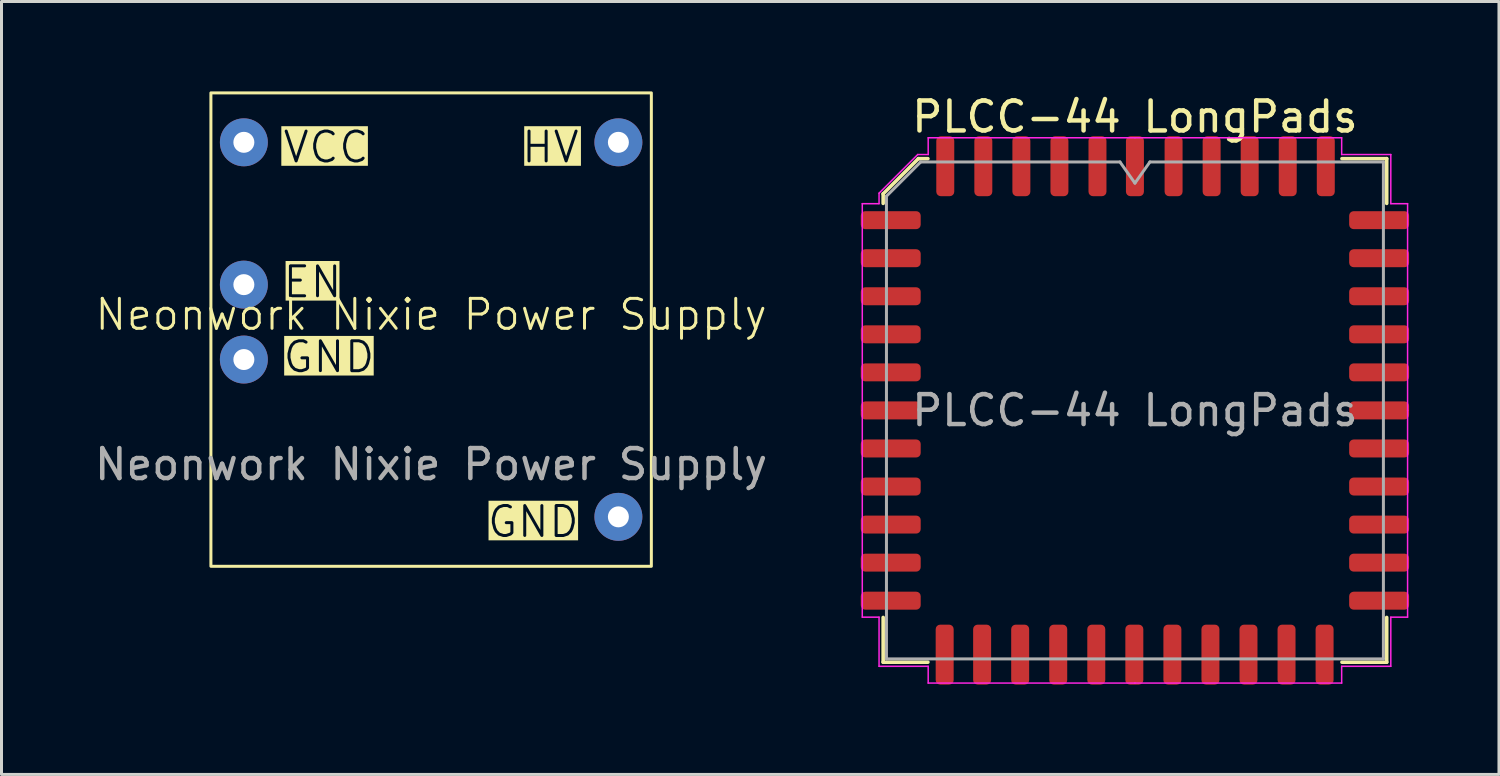
<source format=kicad_pcb>
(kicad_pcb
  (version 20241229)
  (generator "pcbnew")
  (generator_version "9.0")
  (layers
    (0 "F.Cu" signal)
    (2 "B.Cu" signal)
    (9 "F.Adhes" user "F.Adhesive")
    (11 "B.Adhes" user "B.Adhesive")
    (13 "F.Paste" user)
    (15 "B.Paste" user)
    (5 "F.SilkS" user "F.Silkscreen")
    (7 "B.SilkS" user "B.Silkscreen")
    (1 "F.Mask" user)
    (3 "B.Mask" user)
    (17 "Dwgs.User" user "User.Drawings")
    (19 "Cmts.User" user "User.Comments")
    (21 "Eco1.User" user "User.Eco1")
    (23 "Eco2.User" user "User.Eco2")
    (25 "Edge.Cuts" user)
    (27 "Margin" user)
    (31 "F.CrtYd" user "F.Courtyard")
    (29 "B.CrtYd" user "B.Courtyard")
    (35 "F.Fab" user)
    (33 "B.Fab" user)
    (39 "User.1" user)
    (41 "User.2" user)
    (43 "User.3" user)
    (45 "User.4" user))
  (footprint "Neonwork Nixie Power Supply"
    (layer "F.Cu")
    (at 11.339 7.95)
    (property "Reference" "Neonwork Nixie Power Supply" (at 0 -0.5 0) (unlocked yes) (layer "F.SilkS") (effects (font (size 1 1) (thickness 0.1))))
    (attr through_hole)
    (fp_rect (start -7.35 -7.9) (end 7.35 7.9) (stroke (width 0.1) (type solid)) (fill no) (layer "F.SilkS"))
    (fp_text user "EN" (at -5 -1 0) (unlocked yes) (layer "F.SilkS" knockout) (effects (font (size 1 1) (thickness 0.1)) (justify left bottom)))
    (fp_text user "GND" (at 5 7 0) (unlocked yes) (layer "F.SilkS" knockout) (effects (font (size 1 1) (thickness 0.1)) (justify right bottom)))
    (fp_text user "GND" (at -5 1.5 0) (unlocked yes) (layer "F.SilkS" knockout) (effects (font (size 1 1) (thickness 0.1)) (justify left bottom)))
    (fp_text user "HV" (at 5 -5.5 0) (unlocked yes) (layer "F.SilkS" knockout) (effects (font (size 1 1) (thickness 0.1)) (justify right bottom)))
    (fp_text user "VCC" (at -5 -5.5 0) (unlocked yes) (layer "F.SilkS" knockout) (effects (font (size 1 1) (thickness 0.1)) (justify left bottom)))
    (fp_text user "${REFERENCE}" (at 0 4.5 0) (unlocked yes) (layer "F.Fab") (effects (font (size 1 1) (thickness 0.15))))
    (pad "1" thru_hole circle (at -6.25 -6.25) (size 1.6 1.6) (drill 0.7) (layers "*.Cu" "*.Mask"))
    (pad "2" thru_hole circle (at -6.25 -1.5) (size 1.6 1.6) (drill 0.7) (layers "*.Cu" "*.Mask"))
    (pad "3" thru_hole circle (at -6.25 1) (size 1.6 1.6) (drill 0.7) (layers "*.Cu" "*.Mask"))
    (pad "4" thru_hole circle (at 6.25 -6.25) (size 1.6 1.6) (drill 0.7) (layers "*.Cu" "*.Mask"))
    (pad "5" thru_hole circle (at 6.25 6.25) (size 1.6 1.6) (drill 0.7) (layers "*.Cu" "*.Mask")))
  (footprint "PLCC-44 LongPads"
    (layer "F.Cu")
    (at 34.829 10.648)
    (property "Reference" "PLCC-44 LongPads" (at 0 -9.8 0) (layer "F.SilkS") (effects (font (size 1 1) (thickness 0.15))))
    (attr smd)
    (fp_line (start -8.403 -7.228) (end -8.403 -6.91) (stroke (width 0.12) (type solid)) (layer "F.SilkS"))
    (fp_line (start -8.403 8.403) (end -8.403 6.91) (stroke (width 0.12) (type solid)) (layer "F.SilkS"))
    (fp_line (start -7.228 -8.403) (end -8.403 -7.228) (stroke (width 0.12) (type solid)) (layer "F.SilkS"))
    (fp_line (start -6.91 -8.403) (end -7.228 -8.403) (stroke (width 0.12) (type solid)) (layer "F.SilkS"))
    (fp_line (start -6.91 8.403) (end -8.403 8.403) (stroke (width 0.12) (type solid)) (layer "F.SilkS"))
    (fp_line (start 6.91 -8.403) (end 8.403 -8.403) (stroke (width 0.12) (type solid)) (layer "F.SilkS"))
    (fp_line (start 6.91 8.403) (end 8.403 8.403) (stroke (width 0.12) (type solid)) (layer "F.SilkS"))
    (fp_line (start 8.403 -8.403) (end 8.403 -6.91) (stroke (width 0.12) (type solid)) (layer "F.SilkS"))
    (fp_line (start 8.403 8.403) (end 8.403 6.91) (stroke (width 0.12) (type solid)) (layer "F.SilkS"))
    (fp_line (start -9.1 -6.9) (end -9.1 0) (stroke (width 0.05) (type solid)) (layer "F.CrtYd"))
    (fp_line (start -9.1 6.9) (end -9.1 0) (stroke (width 0.05) (type solid)) (layer "F.CrtYd"))
    (fp_line (start -8.54 -7.25) (end -8.54 -6.9) (stroke (width 0.05) (type solid)) (layer "F.CrtYd"))
    (fp_line (start -8.54 -6.9) (end -9.1 -6.9) (stroke (width 0.05) (type solid)) (layer "F.CrtYd"))
    (fp_line (start -8.54 6.9) (end -9.1 6.9) (stroke (width 0.05) (type solid)) (layer "F.CrtYd"))
    (fp_line (start -8.54 8.54) (end -8.54 6.9) (stroke (width 0.05) (type solid)) (layer "F.CrtYd"))
    (fp_line (start -7.25 -8.54) (end -8.54 -7.25) (stroke (width 0.05) (type solid)) (layer "F.CrtYd"))
    (fp_line (start -6.9 -9.1) (end -6.9 -8.54) (stroke (width 0.05) (type solid)) (layer "F.CrtYd"))
    (fp_line (start -6.9 -8.54) (end -7.25 -8.54) (stroke (width 0.05) (type solid)) (layer "F.CrtYd"))
    (fp_line (start -6.9 8.54) (end -8.54 8.54) (stroke (width 0.05) (type solid)) (layer "F.CrtYd"))
    (fp_line (start -6.9 9.1) (end -6.9 8.54) (stroke (width 0.05) (type solid)) (layer "F.CrtYd"))
    (fp_line (start 0 -9.1) (end -6.9 -9.1) (stroke (width 0.05) (type solid)) (layer "F.CrtYd"))
    (fp_line (start 0 -9.1) (end 6.9 -9.1) (stroke (width 0.05) (type solid)) (layer "F.CrtYd"))
    (fp_line (start 0 9.1) (end -6.9 9.1) (stroke (width 0.05) (type solid)) (layer "F.CrtYd"))
    (fp_line (start 0 9.1) (end 6.9 9.1) (stroke (width 0.05) (type solid)) (layer "F.CrtYd"))
    (fp_line (start 6.9 -9.1) (end 6.9 -8.54) (stroke (width 0.05) (type solid)) (layer "F.CrtYd"))
    (fp_line (start 6.9 -8.54) (end 8.54 -8.54) (stroke (width 0.05) (type solid)) (layer "F.CrtYd"))
    (fp_line (start 6.9 8.54) (end 8.54 8.54) (stroke (width 0.05) (type solid)) (layer "F.CrtYd"))
    (fp_line (start 6.9 9.1) (end 6.9 8.54) (stroke (width 0.05) (type solid)) (layer "F.CrtYd"))
    (fp_line (start 8.54 -8.54) (end 8.54 -6.9) (stroke (width 0.05) (type solid)) (layer "F.CrtYd"))
    (fp_line (start 8.54 -6.9) (end 9.1 -6.9) (stroke (width 0.05) (type solid)) (layer "F.CrtYd"))
    (fp_line (start 8.54 6.9) (end 9.1 6.9) (stroke (width 0.05) (type solid)) (layer "F.CrtYd"))
    (fp_line (start 8.54 8.54) (end 8.54 6.9) (stroke (width 0.05) (type solid)) (layer "F.CrtYd"))
    (fp_line (start 9.1 -6.9) (end 9.1 0) (stroke (width 0.05) (type solid)) (layer "F.CrtYd"))
    (fp_line (start 9.1 6.9) (end 9.1 0) (stroke (width 0.05) (type solid)) (layer "F.CrtYd"))
    (fp_line (start -8.293 -7.15) (end -7.15 -8.293) (stroke (width 0.1) (type solid)) (layer "F.Fab"))
    (fp_line (start -8.293 8.293) (end -8.293 -7.15) (stroke (width 0.1) (type solid)) (layer "F.Fab"))
    (fp_line (start -7.15 -8.293) (end -0.5 -8.293) (stroke (width 0.1) (type solid)) (layer "F.Fab"))
    (fp_line (start -0.5 -8.293) (end 0 -7.586) (stroke (width 0.1) (type solid)) (layer "F.Fab"))
    (fp_line (start 0 -7.586) (end 0.5 -8.293) (stroke (width 0.1) (type solid)) (layer "F.Fab"))
    (fp_line (start 0.5 -8.293) (end 8.293 -8.293) (stroke (width 0.1) (type solid)) (layer "F.Fab"))
    (fp_line (start 8.293 -8.293) (end 8.293 8.293) (stroke (width 0.1) (type solid)) (layer "F.Fab"))
    (fp_line (start 8.293 8.293) (end -8.293 8.293) (stroke (width 0.1) (type solid)) (layer "F.Fab"))
    (fp_text user "${REFERENCE}" (at 0 0 0) (layer "F.Fab") (effects (font (size 1 1) (thickness 0.15))))
    (pad "1" smd roundrect (at 0 -8.15) (size 0.6 2) (layers "F.Cu" "F.Mask" "F.Paste") (roundrect_rratio 0.25))
    (pad "2" smd roundrect (at -1.25 -8.15) (size 0.6 2) (layers "F.Cu" "F.Mask" "F.Paste") (roundrect_rratio 0.25))
    (pad "3" smd roundrect (at -2.52 -8.15) (size 0.6 2) (layers "F.Cu" "F.Mask" "F.Paste") (roundrect_rratio 0.25))
    (pad "4" smd roundrect (at -3.79 -8.15) (size 0.6 2) (layers "F.Cu" "F.Mask" "F.Paste") (roundrect_rratio 0.25))
    (pad "5" smd roundrect (at -5.06 -8.15) (size 0.6 2) (layers "F.Cu" "F.Mask" "F.Paste") (roundrect_rratio 0.25))
    (pad "6" smd roundrect (at -6.33 -8.15) (size 0.6 2) (layers "F.Cu" "F.Mask" "F.Paste") (roundrect_rratio 0.25))
    (pad "7" smd roundrect (at -8.15 -6.35) (size 2 0.6) (layers "F.Cu" "F.Mask" "F.Paste") (roundrect_rratio 0.25))
    (pad "8" smd roundrect (at -8.15 -5.08) (size 2 0.6) (layers "F.Cu" "F.Mask" "F.Paste") (roundrect_rratio 0.25))
    (pad "9" smd roundrect (at -8.15 -3.81) (size 2 0.6) (layers "F.Cu" "F.Mask" "F.Paste") (roundrect_rratio 0.25))
    (pad "10" smd roundrect (at -8.15 -2.54) (size 2 0.6) (layers "F.Cu" "F.Mask" "F.Paste") (roundrect_rratio 0.25))
    (pad "11" smd roundrect (at -8.15 -1.27) (size 2 0.6) (layers "F.Cu" "F.Mask" "F.Paste") (roundrect_rratio 0.25))
    (pad "12" smd roundrect (at -8.15 0) (size 2 0.6) (layers "F.Cu" "F.Mask" "F.Paste") (roundrect_rratio 0.25))
    (pad "13" smd roundrect (at -8.15 1.27) (size 2 0.6) (layers "F.Cu" "F.Mask" "F.Paste") (roundrect_rratio 0.25))
    (pad "14" smd roundrect (at -8.15 2.54) (size 2 0.6) (layers "F.Cu" "F.Mask" "F.Paste") (roundrect_rratio 0.25))
    (pad "15" smd roundrect (at -8.15 3.81) (size 2 0.6) (layers "F.Cu" "F.Mask" "F.Paste") (roundrect_rratio 0.25))
    (pad "16" smd roundrect (at -8.15 5.08) (size 2 0.6) (layers "F.Cu" "F.Mask" "F.Paste") (roundrect_rratio 0.25))
    (pad "17" smd roundrect (at -8.15 6.35) (size 2 0.6) (layers "F.Cu" "F.Mask" "F.Paste") (roundrect_rratio 0.25))
    (pad "18" smd roundrect (at -6.35 8.15) (size 0.6 2) (layers "F.Cu" "F.Mask" "F.Paste") (roundrect_rratio 0.25))
    (pad "19" smd roundrect (at -5.1 8.15) (size 0.6 2) (layers "F.Cu" "F.Mask" "F.Paste") (roundrect_rratio 0.25))
    (pad "20" smd roundrect (at -3.83 8.15) (size 0.6 2) (layers "F.Cu" "F.Mask" "F.Paste") (roundrect_rratio 0.25))
    (pad "21" smd roundrect (at -2.56 8.15) (size 0.6 2) (layers "F.Cu" "F.Mask" "F.Paste") (roundrect_rratio 0.25))
    (pad "22" smd roundrect (at -1.29 8.15) (size 0.6 2) (layers "F.Cu" "F.Mask" "F.Paste") (roundrect_rratio 0.25))
    (pad "23" smd roundrect (at -0.02 8.15) (size 0.6 2) (layers "F.Cu" "F.Mask" "F.Paste") (roundrect_rratio 0.25))
    (pad "24" smd roundrect (at 1.25 8.15) (size 0.6 2) (layers "F.Cu" "F.Mask" "F.Paste") (roundrect_rratio 0.25))
    (pad "25" smd roundrect (at 2.52 8.15) (size 0.6 2) (layers "F.Cu" "F.Mask" "F.Paste") (roundrect_rratio 0.25))
    (pad "26" smd roundrect (at 3.79 8.15) (size 0.6 2) (layers "F.Cu" "F.Mask" "F.Paste") (roundrect_rratio 0.25))
    (pad "27" smd roundrect (at 5.06 8.15) (size 0.6 2) (layers "F.Cu" "F.Mask" "F.Paste") (roundrect_rratio 0.25))
    (pad "28" smd roundrect (at 6.33 8.15) (size 0.6 2) (layers "F.Cu" "F.Mask" "F.Paste") (roundrect_rratio 0.25))
    (pad "29" smd roundrect (at 8.15 6.35) (size 2 0.6) (layers "F.Cu" "F.Mask" "F.Paste") (roundrect_rratio 0.25))
    (pad "30" smd roundrect (at 8.15 5.08) (size 2 0.6) (layers "F.Cu" "F.Mask" "F.Paste") (roundrect_rratio 0.25))
    (pad "31" smd roundrect (at 8.15 3.81) (size 2 0.6) (layers "F.Cu" "F.Mask" "F.Paste") (roundrect_rratio 0.25))
    (pad "32" smd roundrect (at 8.15 2.54) (size 2 0.6) (layers "F.Cu" "F.Mask" "F.Paste") (roundrect_rratio 0.25))
    (pad "33" smd roundrect (at 8.15 1.27) (size 2 0.6) (layers "F.Cu" "F.Mask" "F.Paste") (roundrect_rratio 0.25))
    (pad "34" smd roundrect (at 8.15 0) (size 2 0.6) (layers "F.Cu" "F.Mask" "F.Paste") (roundrect_rratio 0.25))
    (pad "35" smd roundrect (at 8.15 -1.27) (size 2 0.6) (layers "F.Cu" "F.Mask" "F.Paste") (roundrect_rratio 0.25))
    (pad "36" smd roundrect (at 8.15 -2.54) (size 2 0.6) (layers "F.Cu" "F.Mask" "F.Paste") (roundrect_rratio 0.25))
    (pad "37" smd roundrect (at 8.15 -3.81) (size 2 0.6) (layers "F.Cu" "F.Mask" "F.Paste") (roundrect_rratio 0.25))
    (pad "38" smd roundrect (at 8.15 -5.08) (size 2 0.6) (layers "F.Cu" "F.Mask" "F.Paste") (roundrect_rratio 0.25))
    (pad "39" smd roundrect (at 8.15 -6.35) (size 2 0.6) (layers "F.Cu" "F.Mask" "F.Paste") (roundrect_rratio 0.25))
    (pad "40" smd roundrect (at 6.37 -8.15) (size 0.6 2) (layers "F.Cu" "F.Mask" "F.Paste") (roundrect_rratio 0.25))
    (pad "41" smd roundrect (at 5.1 -8.15) (size 0.6 2) (layers "F.Cu" "F.Mask" "F.Paste") (roundrect_rratio 0.25))
    (pad "42" smd roundrect (at 3.83 -8.15) (size 0.6 2) (layers "F.Cu" "F.Mask" "F.Paste") (roundrect_rratio 0.25))
    (pad "43" smd roundrect (at 2.56 -8.15) (size 0.6 2) (layers "F.Cu" "F.Mask" "F.Paste") (roundrect_rratio 0.25))
    (pad "44" smd roundrect (at 1.29 -8.15) (size 0.6 2) (layers "F.Cu" "F.Mask" "F.Paste") (roundrect_rratio 0.25)))
  (gr_rect
    (start -3 -3)
    (end 46.979 22.798)
    (stroke (width 0.1) (type default))
    (fill no)
    (layer "Edge.Cuts")))
</source>
